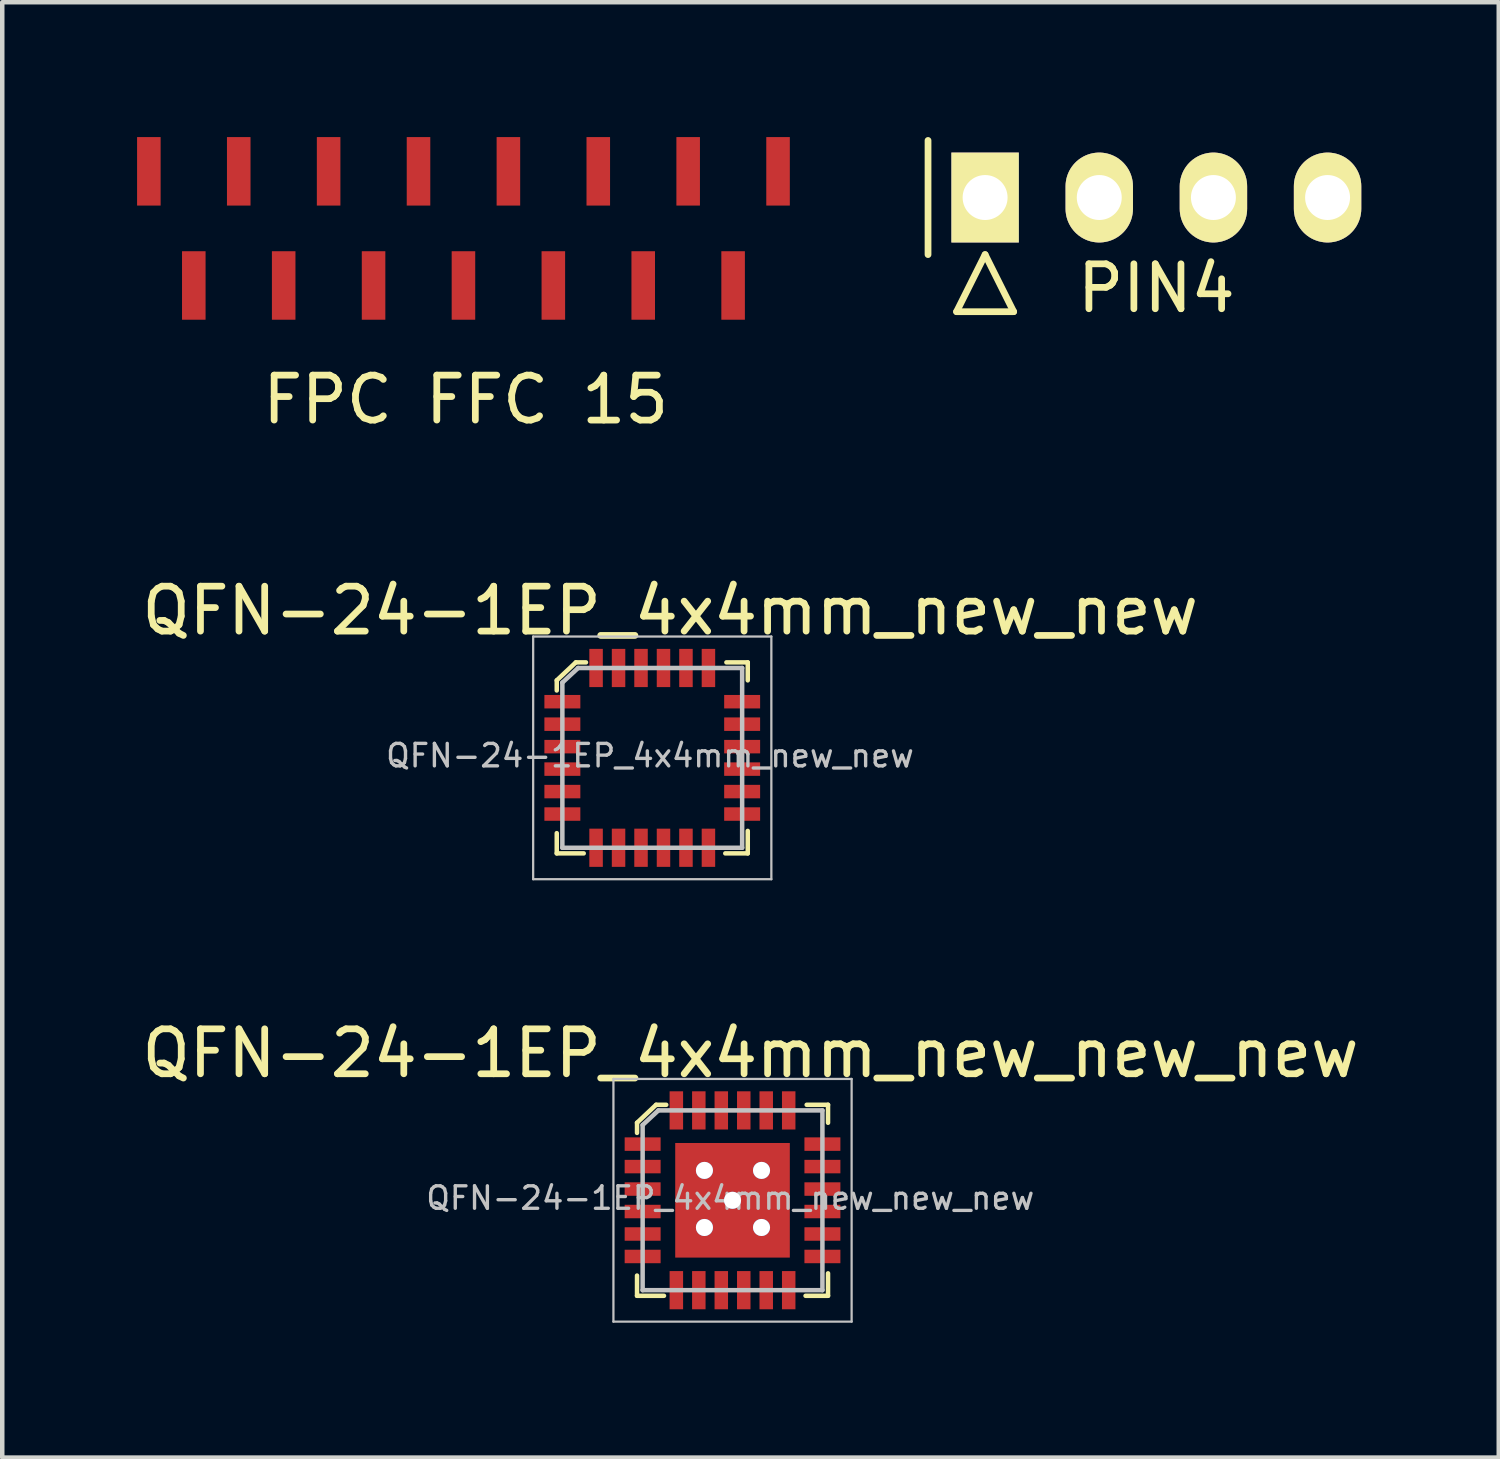
<source format=kicad_pcb>
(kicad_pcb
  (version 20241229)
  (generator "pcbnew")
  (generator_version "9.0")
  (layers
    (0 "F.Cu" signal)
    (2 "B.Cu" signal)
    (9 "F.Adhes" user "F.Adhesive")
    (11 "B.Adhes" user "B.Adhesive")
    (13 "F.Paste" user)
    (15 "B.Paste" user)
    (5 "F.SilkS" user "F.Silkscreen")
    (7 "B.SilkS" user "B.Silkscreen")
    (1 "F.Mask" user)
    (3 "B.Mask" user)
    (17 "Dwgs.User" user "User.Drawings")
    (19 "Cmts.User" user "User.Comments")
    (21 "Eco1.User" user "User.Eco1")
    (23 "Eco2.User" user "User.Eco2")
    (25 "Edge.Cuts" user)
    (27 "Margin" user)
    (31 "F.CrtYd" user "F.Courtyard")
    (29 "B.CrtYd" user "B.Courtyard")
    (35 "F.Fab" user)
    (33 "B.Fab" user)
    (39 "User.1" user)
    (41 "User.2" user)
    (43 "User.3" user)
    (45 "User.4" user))
  (footprint "PIN4"
    (layer "F.Cu")
    (at 22.679 1.345)
    (property "Reference" "PIN4" (at 0 2.02 0) (layer "F.SilkS") (effects (font (size 1 1) (thickness 0.15))))
    (attr through_hole)
    (fp_line (start -5.08 -1.27) (end -5.08 1.27) (stroke (width 0.15) (type solid)) (layer "F.SilkS"))
    (fp_line (start -4.445 2.54) (end -3.81 1.27) (stroke (width 0.15) (type solid)) (layer "F.SilkS"))
    (fp_line (start -4.445 2.54) (end -3.175 2.54) (stroke (width 0.15) (type solid)) (layer "F.SilkS"))
    (fp_line (start -3.175 2.54) (end -3.81 1.27) (stroke (width 0.15) (type solid)) (layer "F.SilkS"))
    (pad "1" thru_hole rect (at -3.81 0) (size 1.5 2) (drill 1) (layers "*.Cu" "*.Mask" "F.SilkS"))
    (pad "2" thru_hole oval (at -1.27 0) (size 1.5 2) (drill 1) (layers "*.Cu" "*.Mask" "F.SilkS"))
    (pad "3" thru_hole oval (at 1.27 0) (size 1.5 2) (drill 1) (layers "*.Cu" "*.Mask" "F.SilkS"))
    (pad "4" thru_hole oval (at 3.81 0) (size 1.5 2) (drill 1) (layers "*.Cu" "*.Mask" "F.SilkS")))
  (footprint "QFN-24-1EP_4x4mm_new_new_new"
    (layer "F.Cu")
    (at 13.249 23.657)
    (property "Reference" "QFN-24-1EP_4x4mm_new_new_new" (at 0.4 -3.27 0) (layer "F.SilkS") (effects (font (size 1 1) (thickness 0.15))))
    (attr through_hole)
    (fp_line (start -2.125 -1.725) (end -2.125 -1.5) (stroke (width 0.1) (type solid)) (layer "F.SilkS"))
    (fp_line (start -2.125 2.125) (end -2.125 1.675) (stroke (width 0.1) (type solid)) (layer "F.SilkS"))
    (fp_line (start -1.7 -2.125) (end -2.125 -1.725) (stroke (width 0.1) (type solid)) (layer "F.SilkS"))
    (fp_line (start -1.525 2.125) (end -2.125 2.125) (stroke (width 0.1) (type solid)) (layer "F.SilkS"))
    (fp_line (start -1.475 -2.125) (end -1.7 -2.125) (stroke (width 0.1) (type solid)) (layer "F.SilkS"))
    (fp_line (start 1.65 -2.125) (end 2.125 -2.125) (stroke (width 0.1) (type solid)) (layer "F.SilkS"))
    (fp_line (start 2.125 -2.125) (end 2.125 -1.725) (stroke (width 0.1) (type solid)) (layer "F.SilkS"))
    (fp_line (start 2.125 1.625) (end 2.125 2.125) (stroke (width 0.1) (type solid)) (layer "F.SilkS"))
    (fp_line (start 2.125 2.125) (end 1.625 2.125) (stroke (width 0.1) (type solid)) (layer "F.SilkS"))
    (fp_line (start -2.65 -2.7) (end -2.65 2.7) (stroke (width 0.05) (type solid)) (layer "Dwgs.User"))
    (fp_line (start -2.65 -2.7) (end 2.65 -2.7) (stroke (width 0.05) (type solid)) (layer "Dwgs.User"))
    (fp_line (start -2.65 2.7) (end 2.65 2.7) (stroke (width 0.05) (type solid)) (layer "Dwgs.User"))
    (fp_line (start -2 -1.675) (end -2 2) (stroke (width 0.1) (type solid)) (layer "Dwgs.User"))
    (fp_line (start -2 2) (end 2 2) (stroke (width 0.1) (type solid)) (layer "Dwgs.User"))
    (fp_line (start -1.65 -2) (end -2 -1.675) (stroke (width 0.1) (type solid)) (layer "Dwgs.User"))
    (fp_line (start -1.65 -2) (end 2 -2) (stroke (width 0.1) (type solid)) (layer "Dwgs.User"))
    (fp_line (start 2 -2) (end 2 2) (stroke (width 0.1) (type solid)) (layer "Dwgs.User"))
    (fp_line (start 2.65 -2.7) (end 2.65 2.7) (stroke (width 0.05) (type solid)) (layer "Dwgs.User"))
    (fp_text user "${REFERENCE}" (at -0.05 -0.05 0) (layer "Dwgs.User") (effects (font (size 0.5 0.5) (thickness 0.075))))
    (pad "1" smd rect (at -2 -1.25) (size 0.8 0.3) (layers "F.Cu" "F.Mask" "F.Paste"))
    (pad "2" smd rect (at -2 -0.75) (size 0.8 0.3) (layers "F.Cu" "F.Mask" "F.Paste"))
    (pad "3" smd rect (at -2 -0.25) (size 0.8 0.3) (layers "F.Cu" "F.Mask" "F.Paste"))
    (pad "4" smd rect (at -2 0.25) (size 0.8 0.3) (layers "F.Cu" "F.Mask" "F.Paste"))
    (pad "5" smd rect (at -2 0.75) (size 0.8 0.3) (layers "F.Cu" "F.Mask" "F.Paste"))
    (pad "6" smd rect (at -2 1.25) (size 0.8 0.3) (layers "F.Cu" "F.Mask" "F.Paste"))
    (pad "7" smd rect (at -1.25 2) (size 0.3 0.85) (layers "F.Cu" "F.Mask" "F.Paste"))
    (pad "8" smd rect (at -0.75 2) (size 0.3 0.85) (layers "F.Cu" "F.Mask" "F.Paste"))
    (pad "9" smd rect (at -0.25 2) (size 0.3 0.85) (layers "F.Cu" "F.Mask" "F.Paste"))
    (pad "10" smd rect (at 0.25 2) (size 0.3 0.85) (layers "F.Cu" "F.Mask" "F.Paste"))
    (pad "11" smd rect (at 0.75 2) (size 0.3 0.85) (layers "F.Cu" "F.Mask" "F.Paste"))
    (pad "12" smd rect (at 1.25 2) (size 0.3 0.85) (layers "F.Cu" "F.Mask" "F.Paste"))
    (pad "13" smd rect (at 2 1.25) (size 0.8 0.3) (layers "F.Cu" "F.Mask" "F.Paste"))
    (pad "14" smd rect (at 2 0.75) (size 0.8 0.3) (layers "F.Cu" "F.Mask" "F.Paste"))
    (pad "15" smd rect (at 2 0.25) (size 0.8 0.3) (layers "F.Cu" "F.Mask" "F.Paste"))
    (pad "16" smd rect (at 2 -0.25) (size 0.8 0.3) (layers "F.Cu" "F.Mask" "F.Paste"))
    (pad "17" smd rect (at 2 -0.75) (size 0.8 0.3) (layers "F.Cu" "F.Mask" "F.Paste"))
    (pad "18" smd rect (at 2 -1.25) (size 0.8 0.3) (layers "F.Cu" "F.Mask" "F.Paste"))
    (pad "19" smd rect (at 1.25 -2) (size 0.3 0.85) (layers "F.Cu" "F.Mask" "F.Paste"))
    (pad "20" smd rect (at 0.75 -2) (size 0.3 0.85) (layers "F.Cu" "F.Mask" "F.Paste"))
    (pad "21" smd rect (at 0.25 -2) (size 0.3 0.85) (layers "F.Cu" "F.Mask" "F.Paste"))
    (pad "22" smd rect (at -0.25 -2) (size 0.3 0.85) (layers "F.Cu" "F.Mask" "F.Paste"))
    (pad "23" smd rect (at -0.75 -2) (size 0.3 0.85) (layers "F.Cu" "F.Mask" "F.Paste"))
    (pad "24" smd rect (at -1.25 -2) (size 0.3 0.85) (layers "F.Cu" "F.Mask" "F.Paste"))
    (pad "25" thru_hole circle (at -0.625 -0.665) (size 0.38 0.38) (drill 0.38) (layers "*.Cu" "*.Mask"))
    (pad "25" thru_hole circle (at -0.625 0.605) (size 0.38 0.38) (drill 0.38) (layers "*.Cu" "*.Mask"))
    (pad "25" thru_hole circle (at 0 0) (size 0.38 0.38) (drill 0.38) (layers "*.Cu" "*.Mask"))
    (pad "25" smd rect (at 0 0) (size 2.55 2.55) (layers "F.Cu" "F.Mask" "F.Paste"))
    (pad "25" thru_hole circle (at 0.645 -0.665) (size 0.38 0.38) (drill 0.38) (layers "*.Cu" "*.Mask"))
    (pad "25" thru_hole circle (at 0.645 0.605) (size 0.38 0.38) (drill 0.38) (layers "*.Cu" "*.Mask")))
  (footprint "QFN-24-1EP_4x4mm_new_new"
    (layer "F.Cu")
    (at 11.463 13.813)
    (property "Reference" "QFN-24-1EP_4x4mm_new_new" (at 0.4 -3.275 0) (layer "F.SilkS") (effects (font (size 1 1) (thickness 0.15))))
    (attr through_hole)
    (fp_line (start -2.125 -1.725) (end -2.125 -1.5) (stroke (width 0.1) (type solid)) (layer "F.SilkS"))
    (fp_line (start -2.125 2.125) (end -2.125 1.675) (stroke (width 0.1) (type solid)) (layer "F.SilkS"))
    (fp_line (start -1.7 -2.125) (end -2.125 -1.725) (stroke (width 0.1) (type solid)) (layer "F.SilkS"))
    (fp_line (start -1.525 2.125) (end -2.125 2.125) (stroke (width 0.1) (type solid)) (layer "F.SilkS"))
    (fp_line (start -1.475 -2.125) (end -1.7 -2.125) (stroke (width 0.1) (type solid)) (layer "F.SilkS"))
    (fp_line (start 1.65 -2.125) (end 2.125 -2.125) (stroke (width 0.1) (type solid)) (layer "F.SilkS"))
    (fp_line (start 2.125 -2.125) (end 2.125 -1.725) (stroke (width 0.1) (type solid)) (layer "F.SilkS"))
    (fp_line (start 2.125 1.625) (end 2.125 2.125) (stroke (width 0.1) (type solid)) (layer "F.SilkS"))
    (fp_line (start 2.125 2.125) (end 1.625 2.125) (stroke (width 0.1) (type solid)) (layer "F.SilkS"))
    (fp_line (start -2.65 -2.7) (end -2.65 2.7) (stroke (width 0.05) (type solid)) (layer "Dwgs.User"))
    (fp_line (start -2.65 -2.7) (end 2.65 -2.7) (stroke (width 0.05) (type solid)) (layer "Dwgs.User"))
    (fp_line (start -2.65 2.7) (end 2.65 2.7) (stroke (width 0.05) (type solid)) (layer "Dwgs.User"))
    (fp_line (start -2 -1.675) (end -2 2) (stroke (width 0.1) (type solid)) (layer "Dwgs.User"))
    (fp_line (start -2 2) (end 2 2) (stroke (width 0.1) (type solid)) (layer "Dwgs.User"))
    (fp_line (start -1.65 -2) (end -2 -1.675) (stroke (width 0.1) (type solid)) (layer "Dwgs.User"))
    (fp_line (start -1.65 -2) (end 2 -2) (stroke (width 0.1) (type solid)) (layer "Dwgs.User"))
    (fp_line (start 2 -2) (end 2 2) (stroke (width 0.1) (type solid)) (layer "Dwgs.User"))
    (fp_line (start 2.65 -2.7) (end 2.65 2.7) (stroke (width 0.05) (type solid)) (layer "Dwgs.User"))
    (fp_text user "${REFERENCE}" (at -0.05 -0.05 0) (layer "Dwgs.User") (effects (font (size 0.5 0.5) (thickness 0.075))))
    (pad "1" smd rect (at -2 -1.25) (size 0.8 0.3) (layers "F.Cu" "F.Mask" "F.Paste"))
    (pad "2" smd rect (at -2 -0.75) (size 0.8 0.3) (layers "F.Cu" "F.Mask" "F.Paste"))
    (pad "3" smd rect (at -2 -0.25) (size 0.8 0.3) (layers "F.Cu" "F.Mask" "F.Paste"))
    (pad "4" smd rect (at -2 0.25) (size 0.8 0.3) (layers "F.Cu" "F.Mask" "F.Paste"))
    (pad "5" smd rect (at -2 0.75) (size 0.8 0.3) (layers "F.Cu" "F.Mask" "F.Paste"))
    (pad "6" smd rect (at -2 1.25) (size 0.8 0.3) (layers "F.Cu" "F.Mask" "F.Paste"))
    (pad "7" smd rect (at -1.25 2) (size 0.3 0.85) (layers "F.Cu" "F.Mask" "F.Paste"))
    (pad "8" smd rect (at -0.75 2) (size 0.3 0.85) (layers "F.Cu" "F.Mask" "F.Paste"))
    (pad "9" smd rect (at -0.25 2) (size 0.3 0.85) (layers "F.Cu" "F.Mask" "F.Paste"))
    (pad "10" smd rect (at 0.25 2) (size 0.3 0.85) (layers "F.Cu" "F.Mask" "F.Paste"))
    (pad "11" smd rect (at 0.75 2) (size 0.3 0.85) (layers "F.Cu" "F.Mask" "F.Paste"))
    (pad "12" smd rect (at 1.25 2) (size 0.3 0.85) (layers "F.Cu" "F.Mask" "F.Paste"))
    (pad "13" smd rect (at 2 1.25) (size 0.8 0.3) (layers "F.Cu" "F.Mask" "F.Paste"))
    (pad "14" smd rect (at 2 0.75) (size 0.8 0.3) (layers "F.Cu" "F.Mask" "F.Paste"))
    (pad "15" smd rect (at 2 0.25) (size 0.8 0.3) (layers "F.Cu" "F.Mask" "F.Paste"))
    (pad "16" smd rect (at 2 -0.25) (size 0.8 0.3) (layers "F.Cu" "F.Mask" "F.Paste"))
    (pad "17" smd rect (at 2 -0.75) (size 0.8 0.3) (layers "F.Cu" "F.Mask" "F.Paste"))
    (pad "18" smd rect (at 2 -1.25) (size 0.8 0.3) (layers "F.Cu" "F.Mask" "F.Paste"))
    (pad "19" smd rect (at 1.25 -2) (size 0.3 0.85) (layers "F.Cu" "F.Mask" "F.Paste"))
    (pad "20" smd rect (at 0.75 -2) (size 0.3 0.85) (layers "F.Cu" "F.Mask" "F.Paste"))
    (pad "21" smd rect (at 0.25 -2) (size 0.3 0.85) (layers "F.Cu" "F.Mask" "F.Paste"))
    (pad "22" smd rect (at -0.25 -2) (size 0.3 0.85) (layers "F.Cu" "F.Mask" "F.Paste"))
    (pad "23" smd rect (at -0.75 -2) (size 0.3 0.85) (layers "F.Cu" "F.Mask" "F.Paste"))
    (pad "24" smd rect (at -1.25 -2) (size 0.3 0.85) (layers "F.Cu" "F.Mask" "F.Paste")))
  (footprint "FPC FFC 15"
    (layer "F.Cu")
    (at 7.312 2.032)
    (property "Reference" "FPC FFC 15" (at 0 3.81 0) (layer "F.SilkS") (effects (font (size 1 1) (thickness 0.15))))
    (attr through_hole)
    (pad "1" smd rect (at -7.05 -1.27) (size 0.524 1.524) (layers "F.Cu" "F.Mask" "F.Paste"))
    (pad "2" smd rect (at -6.05 1.27) (size 0.524 1.524) (layers "F.Cu" "F.Mask" "F.Paste"))
    (pad "3" smd rect (at -5.05 -1.27) (size 0.524 1.524) (layers "F.Cu" "F.Mask" "F.Paste"))
    (pad "4" smd rect (at -4.05 1.27) (size 0.524 1.524) (layers "F.Cu" "F.Mask" "F.Paste"))
    (pad "5" smd rect (at -3.05 -1.27) (size 0.524 1.524) (layers "F.Cu" "F.Mask" "F.Paste"))
    (pad "6" smd rect (at -2.05 1.27) (size 0.524 1.524) (layers "F.Cu" "F.Mask" "F.Paste"))
    (pad "7" smd rect (at -1.05 -1.27) (size 0.524 1.524) (layers "F.Cu" "F.Mask" "F.Paste"))
    (pad "8" smd rect (at -0.05 1.27) (size 0.524 1.524) (layers "F.Cu" "F.Mask" "F.Paste"))
    (pad "9" smd rect (at 0.95 -1.27) (size 0.524 1.524) (layers "F.Cu" "F.Mask" "F.Paste"))
    (pad "10" smd rect (at 1.95 1.27) (size 0.524 1.524) (layers "F.Cu" "F.Mask" "F.Paste"))
    (pad "11" smd rect (at 2.95 -1.27) (size 0.524 1.524) (layers "F.Cu" "F.Mask" "F.Paste"))
    (pad "12" smd rect (at 3.95 1.27) (size 0.524 1.524) (layers "F.Cu" "F.Mask" "F.Paste"))
    (pad "13" smd rect (at 4.95 -1.27) (size 0.524 1.524) (layers "F.Cu" "F.Mask" "F.Paste"))
    (pad "14" smd rect (at 5.95 1.27) (size 0.524 1.524) (layers "F.Cu" "F.Mask" "F.Paste"))
    (pad "15" smd rect (at 6.95 -1.27) (size 0.524 1.524) (layers "F.Cu" "F.Mask" "F.Paste")))
  (gr_rect
    (start -3 -3)
    (end 30.298 29.382)
    (stroke (width 0.1) (type default))
    (fill no)
    (layer "Edge.Cuts")))
</source>
